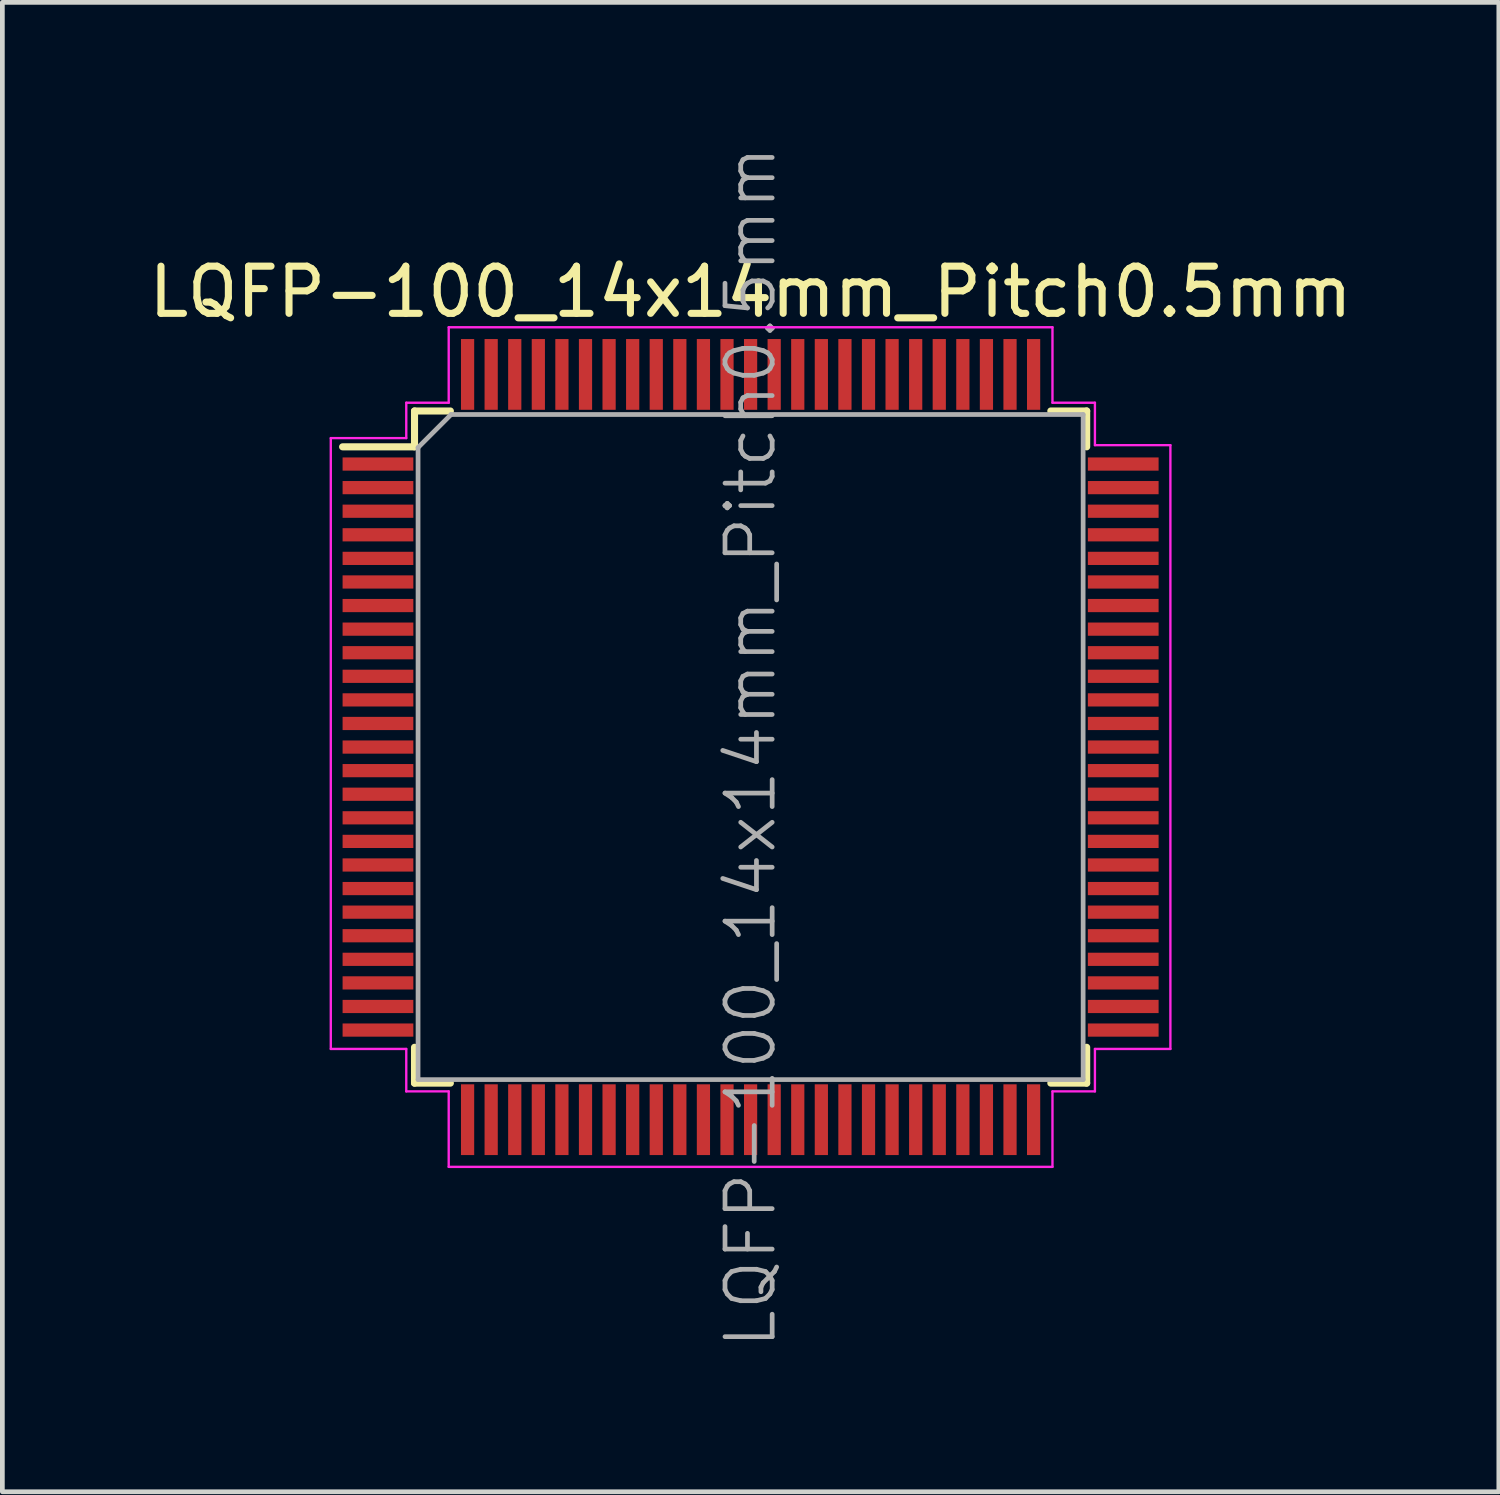
<source format=kicad_pcb>
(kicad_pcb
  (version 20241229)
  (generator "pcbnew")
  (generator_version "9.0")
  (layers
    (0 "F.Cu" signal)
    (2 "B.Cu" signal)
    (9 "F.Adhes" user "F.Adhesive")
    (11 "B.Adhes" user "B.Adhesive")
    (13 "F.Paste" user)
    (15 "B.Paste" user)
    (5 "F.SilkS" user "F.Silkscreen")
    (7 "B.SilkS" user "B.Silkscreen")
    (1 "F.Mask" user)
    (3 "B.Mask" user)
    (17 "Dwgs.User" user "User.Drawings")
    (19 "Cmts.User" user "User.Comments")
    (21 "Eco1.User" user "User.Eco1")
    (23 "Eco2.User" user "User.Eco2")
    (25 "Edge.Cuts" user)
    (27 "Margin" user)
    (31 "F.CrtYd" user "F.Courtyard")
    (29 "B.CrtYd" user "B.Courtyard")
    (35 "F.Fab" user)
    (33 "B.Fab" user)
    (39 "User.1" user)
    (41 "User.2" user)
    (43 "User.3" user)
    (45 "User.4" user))
  (footprint "LQFP-100_14x14mm_Pitch0.5mm"
    (layer "F.Cu")
    (at 12.863 12.788)
    (property "Reference" "LQFP-100_14x14mm_Pitch0.5mm" (at 0 -9.65 0) (layer "F.SilkS") (effects (font (size 1 1) (thickness 0.15))))
    (attr smd)
    (fp_line (start -7.125 -7.125) (end -7.125 -6.365) (stroke (width 0.15) (type solid)) (layer "F.SilkS"))
    (fp_line (start -7.125 -7.125) (end -6.365 -7.125) (stroke (width 0.15) (type solid)) (layer "F.SilkS"))
    (fp_line (start -7.125 -6.365) (end -8.65 -6.365) (stroke (width 0.15) (type solid)) (layer "F.SilkS"))
    (fp_line (start -7.125 7.125) (end -7.125 6.365) (stroke (width 0.15) (type solid)) (layer "F.SilkS"))
    (fp_line (start -7.125 7.125) (end -6.365 7.125) (stroke (width 0.15) (type solid)) (layer "F.SilkS"))
    (fp_line (start 7.125 -7.125) (end 6.365 -7.125) (stroke (width 0.15) (type solid)) (layer "F.SilkS"))
    (fp_line (start 7.125 -7.125) (end 7.125 -6.365) (stroke (width 0.15) (type solid)) (layer "F.SilkS"))
    (fp_line (start 7.125 7.125) (end 6.365 7.125) (stroke (width 0.15) (type solid)) (layer "F.SilkS"))
    (fp_line (start 7.125 7.125) (end 7.125 6.365) (stroke (width 0.15) (type solid)) (layer "F.SilkS"))
    (fp_line (start -8.9 -6.55) (end -8.9 6.4) (stroke (width 0.05) (type solid)) (layer "F.CrtYd"))
    (fp_line (start -8.9 -6.55) (end -7.3 -6.55) (stroke (width 0.05) (type solid)) (layer "F.CrtYd"))
    (fp_line (start -8.9 6.4) (end -7.3 6.4) (stroke (width 0.05) (type solid)) (layer "F.CrtYd"))
    (fp_line (start -7.3 -7.3) (end -7.3 -6.55) (stroke (width 0.05) (type solid)) (layer "F.CrtYd"))
    (fp_line (start -7.3 7.3) (end -7.3 6.4) (stroke (width 0.05) (type solid)) (layer "F.CrtYd"))
    (fp_line (start -6.4 -8.9) (end -6.4 -7.3) (stroke (width 0.05) (type solid)) (layer "F.CrtYd"))
    (fp_line (start -6.4 -7.3) (end -7.3 -7.3) (stroke (width 0.05) (type solid)) (layer "F.CrtYd"))
    (fp_line (start -6.4 7.3) (end -7.3 7.3) (stroke (width 0.05) (type solid)) (layer "F.CrtYd"))
    (fp_line (start -6.4 8.9) (end -6.4 7.3) (stroke (width 0.05) (type solid)) (layer "F.CrtYd"))
    (fp_line (start 6.4 -8.9) (end -6.4 -8.9) (stroke (width 0.05) (type solid)) (layer "F.CrtYd"))
    (fp_line (start 6.4 -8.9) (end 6.4 -7.3) (stroke (width 0.05) (type solid)) (layer "F.CrtYd"))
    (fp_line (start 6.4 -7.3) (end 7.3 -7.3) (stroke (width 0.05) (type solid)) (layer "F.CrtYd"))
    (fp_line (start 6.4 7.3) (end 7.3 7.3) (stroke (width 0.05) (type solid)) (layer "F.CrtYd"))
    (fp_line (start 6.4 8.9) (end -6.4 8.9) (stroke (width 0.05) (type solid)) (layer "F.CrtYd"))
    (fp_line (start 6.4 8.9) (end 6.4 7.3) (stroke (width 0.05) (type solid)) (layer "F.CrtYd"))
    (fp_line (start 7.3 -7.3) (end 7.3 -6.4) (stroke (width 0.05) (type solid)) (layer "F.CrtYd"))
    (fp_line (start 7.3 7.3) (end 7.3 6.4) (stroke (width 0.05) (type solid)) (layer "F.CrtYd"))
    (fp_line (start 8.9 -6.4) (end 7.3 -6.4) (stroke (width 0.05) (type solid)) (layer "F.CrtYd"))
    (fp_line (start 8.9 -6.4) (end 8.9 6.4) (stroke (width 0.05) (type solid)) (layer "F.CrtYd"))
    (fp_line (start 8.9 6.4) (end 7.3 6.4) (stroke (width 0.05) (type solid)) (layer "F.CrtYd"))
    (fp_line (start -7.05 -6.35) (end -6.35 -7.05) (stroke (width 0.1) (type solid)) (layer "F.Fab"))
    (fp_line (start -7.05 7.05) (end -7.05 -6.35) (stroke (width 0.1) (type solid)) (layer "F.Fab"))
    (fp_line (start 7.05 -7.05) (end -6.35 -7.05) (stroke (width 0.1) (type solid)) (layer "F.Fab"))
    (fp_line (start 7.05 7.05) (end -7.05 7.05) (stroke (width 0.1) (type solid)) (layer "F.Fab"))
    (fp_line (start 7.05 7.05) (end 7.05 -7.05) (stroke (width 0.1) (type solid)) (layer "F.Fab"))
    (fp_text user "${REFERENCE}" (at 0 0 90) (layer "F.Fab") (effects (font (size 1 1) (thickness 0.1))))
    (pad "1" smd rect (at -7.9 -6) (size 1.5 0.28) (layers "F.Cu" "F.Mask" "F.Paste"))
    (pad "2" smd rect (at -7.9 -5.5) (size 1.5 0.28) (layers "F.Cu" "F.Mask" "F.Paste"))
    (pad "3" smd rect (at -7.9 -5) (size 1.5 0.28) (layers "F.Cu" "F.Mask" "F.Paste"))
    (pad "4" smd rect (at -7.9 -4.5) (size 1.5 0.28) (layers "F.Cu" "F.Mask" "F.Paste"))
    (pad "5" smd rect (at -7.9 -4) (size 1.5 0.28) (layers "F.Cu" "F.Mask" "F.Paste"))
    (pad "6" smd rect (at -7.9 -3.5) (size 1.5 0.28) (layers "F.Cu" "F.Mask" "F.Paste"))
    (pad "7" smd rect (at -7.9 -3) (size 1.5 0.28) (layers "F.Cu" "F.Mask" "F.Paste"))
    (pad "8" smd rect (at -7.9 -2.5) (size 1.5 0.28) (layers "F.Cu" "F.Mask" "F.Paste"))
    (pad "9" smd rect (at -7.9 -2) (size 1.5 0.28) (layers "F.Cu" "F.Mask" "F.Paste"))
    (pad "10" smd rect (at -7.9 -1.5) (size 1.5 0.28) (layers "F.Cu" "F.Mask" "F.Paste"))
    (pad "11" smd rect (at -7.9 -1) (size 1.5 0.28) (layers "F.Cu" "F.Mask" "F.Paste"))
    (pad "12" smd rect (at -7.9 -0.5) (size 1.5 0.28) (layers "F.Cu" "F.Mask" "F.Paste"))
    (pad "13" smd rect (at -7.9 0) (size 1.5 0.28) (layers "F.Cu" "F.Mask" "F.Paste"))
    (pad "14" smd rect (at -7.9 0.5) (size 1.5 0.28) (layers "F.Cu" "F.Mask" "F.Paste"))
    (pad "15" smd rect (at -7.9 1) (size 1.5 0.28) (layers "F.Cu" "F.Mask" "F.Paste"))
    (pad "16" smd rect (at -7.9 1.5) (size 1.5 0.28) (layers "F.Cu" "F.Mask" "F.Paste"))
    (pad "17" smd rect (at -7.9 2) (size 1.5 0.28) (layers "F.Cu" "F.Mask" "F.Paste"))
    (pad "18" smd rect (at -7.9 2.5) (size 1.5 0.28) (layers "F.Cu" "F.Mask" "F.Paste"))
    (pad "19" smd rect (at -7.9 3) (size 1.5 0.28) (layers "F.Cu" "F.Mask" "F.Paste"))
    (pad "20" smd rect (at -7.9 3.5) (size 1.5 0.28) (layers "F.Cu" "F.Mask" "F.Paste"))
    (pad "21" smd rect (at -7.9 4) (size 1.5 0.28) (layers "F.Cu" "F.Mask" "F.Paste"))
    (pad "22" smd rect (at -7.9 4.5) (size 1.5 0.28) (layers "F.Cu" "F.Mask" "F.Paste"))
    (pad "23" smd rect (at -7.9 5) (size 1.5 0.28) (layers "F.Cu" "F.Mask" "F.Paste"))
    (pad "24" smd rect (at -7.9 5.5) (size 1.5 0.28) (layers "F.Cu" "F.Mask" "F.Paste"))
    (pad "25" smd rect (at -7.9 6) (size 1.5 0.28) (layers "F.Cu" "F.Mask" "F.Paste"))
    (pad "26" smd rect (at -6 7.9 90) (size 1.5 0.28) (layers "F.Cu" "F.Mask" "F.Paste"))
    (pad "27" smd rect (at -5.5 7.9 90) (size 1.5 0.28) (layers "F.Cu" "F.Mask" "F.Paste"))
    (pad "28" smd rect (at -5 7.9 90) (size 1.5 0.28) (layers "F.Cu" "F.Mask" "F.Paste"))
    (pad "29" smd rect (at -4.5 7.9 90) (size 1.5 0.28) (layers "F.Cu" "F.Mask" "F.Paste"))
    (pad "30" smd rect (at -4 7.9 90) (size 1.5 0.28) (layers "F.Cu" "F.Mask" "F.Paste"))
    (pad "31" smd rect (at -3.5 7.9 90) (size 1.5 0.28) (layers "F.Cu" "F.Mask" "F.Paste"))
    (pad "32" smd rect (at -3 7.9 90) (size 1.5 0.28) (layers "F.Cu" "F.Mask" "F.Paste"))
    (pad "33" smd rect (at -2.5 7.9 90) (size 1.5 0.28) (layers "F.Cu" "F.Mask" "F.Paste"))
    (pad "34" smd rect (at -2 7.9 90) (size 1.5 0.28) (layers "F.Cu" "F.Mask" "F.Paste"))
    (pad "35" smd rect (at -1.5 7.9 90) (size 1.5 0.28) (layers "F.Cu" "F.Mask" "F.Paste"))
    (pad "36" smd rect (at -1 7.9 90) (size 1.5 0.28) (layers "F.Cu" "F.Mask" "F.Paste"))
    (pad "37" smd rect (at -0.5 7.9 90) (size 1.5 0.28) (layers "F.Cu" "F.Mask" "F.Paste"))
    (pad "38" smd rect (at 0 7.9 90) (size 1.5 0.28) (layers "F.Cu" "F.Mask" "F.Paste"))
    (pad "39" smd rect (at 0.5 7.9 90) (size 1.5 0.28) (layers "F.Cu" "F.Mask" "F.Paste"))
    (pad "40" smd rect (at 1 7.9 90) (size 1.5 0.28) (layers "F.Cu" "F.Mask" "F.Paste"))
    (pad "41" smd rect (at 1.5 7.9 90) (size 1.5 0.28) (layers "F.Cu" "F.Mask" "F.Paste"))
    (pad "42" smd rect (at 2 7.9 90) (size 1.5 0.28) (layers "F.Cu" "F.Mask" "F.Paste"))
    (pad "43" smd rect (at 2.5 7.9 90) (size 1.5 0.28) (layers "F.Cu" "F.Mask" "F.Paste"))
    (pad "44" smd rect (at 3 7.9 90) (size 1.5 0.28) (layers "F.Cu" "F.Mask" "F.Paste"))
    (pad "45" smd rect (at 3.5 7.9 90) (size 1.5 0.28) (layers "F.Cu" "F.Mask" "F.Paste"))
    (pad "46" smd rect (at 4 7.9 90) (size 1.5 0.28) (layers "F.Cu" "F.Mask" "F.Paste"))
    (pad "47" smd rect (at 4.5 7.9 90) (size 1.5 0.28) (layers "F.Cu" "F.Mask" "F.Paste"))
    (pad "48" smd rect (at 5 7.9 90) (size 1.5 0.28) (layers "F.Cu" "F.Mask" "F.Paste"))
    (pad "49" smd rect (at 5.5 7.9 90) (size 1.5 0.28) (layers "F.Cu" "F.Mask" "F.Paste"))
    (pad "50" smd rect (at 6 7.9 90) (size 1.5 0.28) (layers "F.Cu" "F.Mask" "F.Paste"))
    (pad "51" smd rect (at 7.9 6) (size 1.5 0.28) (layers "F.Cu" "F.Mask" "F.Paste"))
    (pad "52" smd rect (at 7.9 5.5) (size 1.5 0.28) (layers "F.Cu" "F.Mask" "F.Paste"))
    (pad "53" smd rect (at 7.9 5) (size 1.5 0.28) (layers "F.Cu" "F.Mask" "F.Paste"))
    (pad "54" smd rect (at 7.9 4.5) (size 1.5 0.28) (layers "F.Cu" "F.Mask" "F.Paste"))
    (pad "55" smd rect (at 7.9 4) (size 1.5 0.28) (layers "F.Cu" "F.Mask" "F.Paste"))
    (pad "56" smd rect (at 7.9 3.5) (size 1.5 0.28) (layers "F.Cu" "F.Mask" "F.Paste"))
    (pad "57" smd rect (at 7.9 3) (size 1.5 0.28) (layers "F.Cu" "F.Mask" "F.Paste"))
    (pad "58" smd rect (at 7.9 2.5) (size 1.5 0.28) (layers "F.Cu" "F.Mask" "F.Paste"))
    (pad "59" smd rect (at 7.9 2) (size 1.5 0.28) (layers "F.Cu" "F.Mask" "F.Paste"))
    (pad "60" smd rect (at 7.9 1.5) (size 1.5 0.28) (layers "F.Cu" "F.Mask" "F.Paste"))
    (pad "61" smd rect (at 7.9 1) (size 1.5 0.28) (layers "F.Cu" "F.Mask" "F.Paste"))
    (pad "62" smd rect (at 7.9 0.5) (size 1.5 0.28) (layers "F.Cu" "F.Mask" "F.Paste"))
    (pad "63" smd rect (at 7.9 0) (size 1.5 0.28) (layers "F.Cu" "F.Mask" "F.Paste"))
    (pad "64" smd rect (at 7.9 -0.5) (size 1.5 0.28) (layers "F.Cu" "F.Mask" "F.Paste"))
    (pad "65" smd rect (at 7.9 -1) (size 1.5 0.28) (layers "F.Cu" "F.Mask" "F.Paste"))
    (pad "66" smd rect (at 7.9 -1.5) (size 1.5 0.28) (layers "F.Cu" "F.Mask" "F.Paste"))
    (pad "67" smd rect (at 7.9 -2) (size 1.5 0.28) (layers "F.Cu" "F.Mask" "F.Paste"))
    (pad "68" smd rect (at 7.9 -2.5) (size 1.5 0.28) (layers "F.Cu" "F.Mask" "F.Paste"))
    (pad "69" smd rect (at 7.9 -3) (size 1.5 0.28) (layers "F.Cu" "F.Mask" "F.Paste"))
    (pad "70" smd rect (at 7.9 -3.5) (size 1.5 0.28) (layers "F.Cu" "F.Mask" "F.Paste"))
    (pad "71" smd rect (at 7.9 -4) (size 1.5 0.28) (layers "F.Cu" "F.Mask" "F.Paste"))
    (pad "72" smd rect (at 7.9 -4.5) (size 1.5 0.28) (layers "F.Cu" "F.Mask" "F.Paste"))
    (pad "73" smd rect (at 7.9 -5) (size 1.5 0.28) (layers "F.Cu" "F.Mask" "F.Paste"))
    (pad "74" smd rect (at 7.9 -5.5) (size 1.5 0.28) (layers "F.Cu" "F.Mask" "F.Paste"))
    (pad "75" smd rect (at 7.9 -6) (size 1.5 0.28) (layers "F.Cu" "F.Mask" "F.Paste"))
    (pad "76" smd rect (at 6 -7.9 90) (size 1.5 0.28) (layers "F.Cu" "F.Mask" "F.Paste"))
    (pad "77" smd rect (at 5.5 -7.9 90) (size 1.5 0.28) (layers "F.Cu" "F.Mask" "F.Paste"))
    (pad "78" smd rect (at 5 -7.9 90) (size 1.5 0.28) (layers "F.Cu" "F.Mask" "F.Paste"))
    (pad "79" smd rect (at 4.5 -7.9 90) (size 1.5 0.28) (layers "F.Cu" "F.Mask" "F.Paste"))
    (pad "80" smd rect (at 4 -7.9 90) (size 1.5 0.28) (layers "F.Cu" "F.Mask" "F.Paste"))
    (pad "81" smd rect (at 3.5 -7.9 90) (size 1.5 0.28) (layers "F.Cu" "F.Mask" "F.Paste"))
    (pad "82" smd rect (at 3 -7.9 90) (size 1.5 0.28) (layers "F.Cu" "F.Mask" "F.Paste"))
    (pad "83" smd rect (at 2.5 -7.9 90) (size 1.5 0.28) (layers "F.Cu" "F.Mask" "F.Paste"))
    (pad "84" smd rect (at 2 -7.9 90) (size 1.5 0.28) (layers "F.Cu" "F.Mask" "F.Paste"))
    (pad "85" smd rect (at 1.5 -7.9 90) (size 1.5 0.28) (layers "F.Cu" "F.Mask" "F.Paste"))
    (pad "86" smd rect (at 1 -7.9 90) (size 1.5 0.28) (layers "F.Cu" "F.Mask" "F.Paste"))
    (pad "87" smd rect (at 0.5 -7.9 90) (size 1.5 0.28) (layers "F.Cu" "F.Mask" "F.Paste"))
    (pad "88" smd rect (at 0 -7.9 90) (size 1.5 0.28) (layers "F.Cu" "F.Mask" "F.Paste"))
    (pad "89" smd rect (at -0.5 -7.9 90) (size 1.5 0.28) (layers "F.Cu" "F.Mask" "F.Paste"))
    (pad "90" smd rect (at -1 -7.9 90) (size 1.5 0.28) (layers "F.Cu" "F.Mask" "F.Paste"))
    (pad "91" smd rect (at -1.5 -7.9 90) (size 1.5 0.28) (layers "F.Cu" "F.Mask" "F.Paste"))
    (pad "92" smd rect (at -2 -7.9 90) (size 1.5 0.28) (layers "F.Cu" "F.Mask" "F.Paste"))
    (pad "93" smd rect (at -2.5 -7.9 90) (size 1.5 0.28) (layers "F.Cu" "F.Mask" "F.Paste"))
    (pad "94" smd rect (at -3 -7.9 90) (size 1.5 0.28) (layers "F.Cu" "F.Mask" "F.Paste"))
    (pad "95" smd rect (at -3.5 -7.9 90) (size 1.5 0.28) (layers "F.Cu" "F.Mask" "F.Paste"))
    (pad "96" smd rect (at -4 -7.9 90) (size 1.5 0.28) (layers "F.Cu" "F.Mask" "F.Paste"))
    (pad "97" smd rect (at -4.5 -7.9 90) (size 1.5 0.28) (layers "F.Cu" "F.Mask" "F.Paste"))
    (pad "98" smd rect (at -5 -7.9 90) (size 1.5 0.28) (layers "F.Cu" "F.Mask" "F.Paste"))
    (pad "99" smd rect (at -5.5 -7.9 90) (size 1.5 0.28) (layers "F.Cu" "F.Mask" "F.Paste"))
    (pad "100" smd rect (at -6 -7.9 90) (size 1.5 0.28) (layers "F.Cu" "F.Mask" "F.Paste")))
  (gr_rect
    (start -3 -3)
    (end 28.726 28.576)
    (stroke (width 0.1) (type default))
    (fill no)
    (layer "Edge.Cuts")))
</source>
